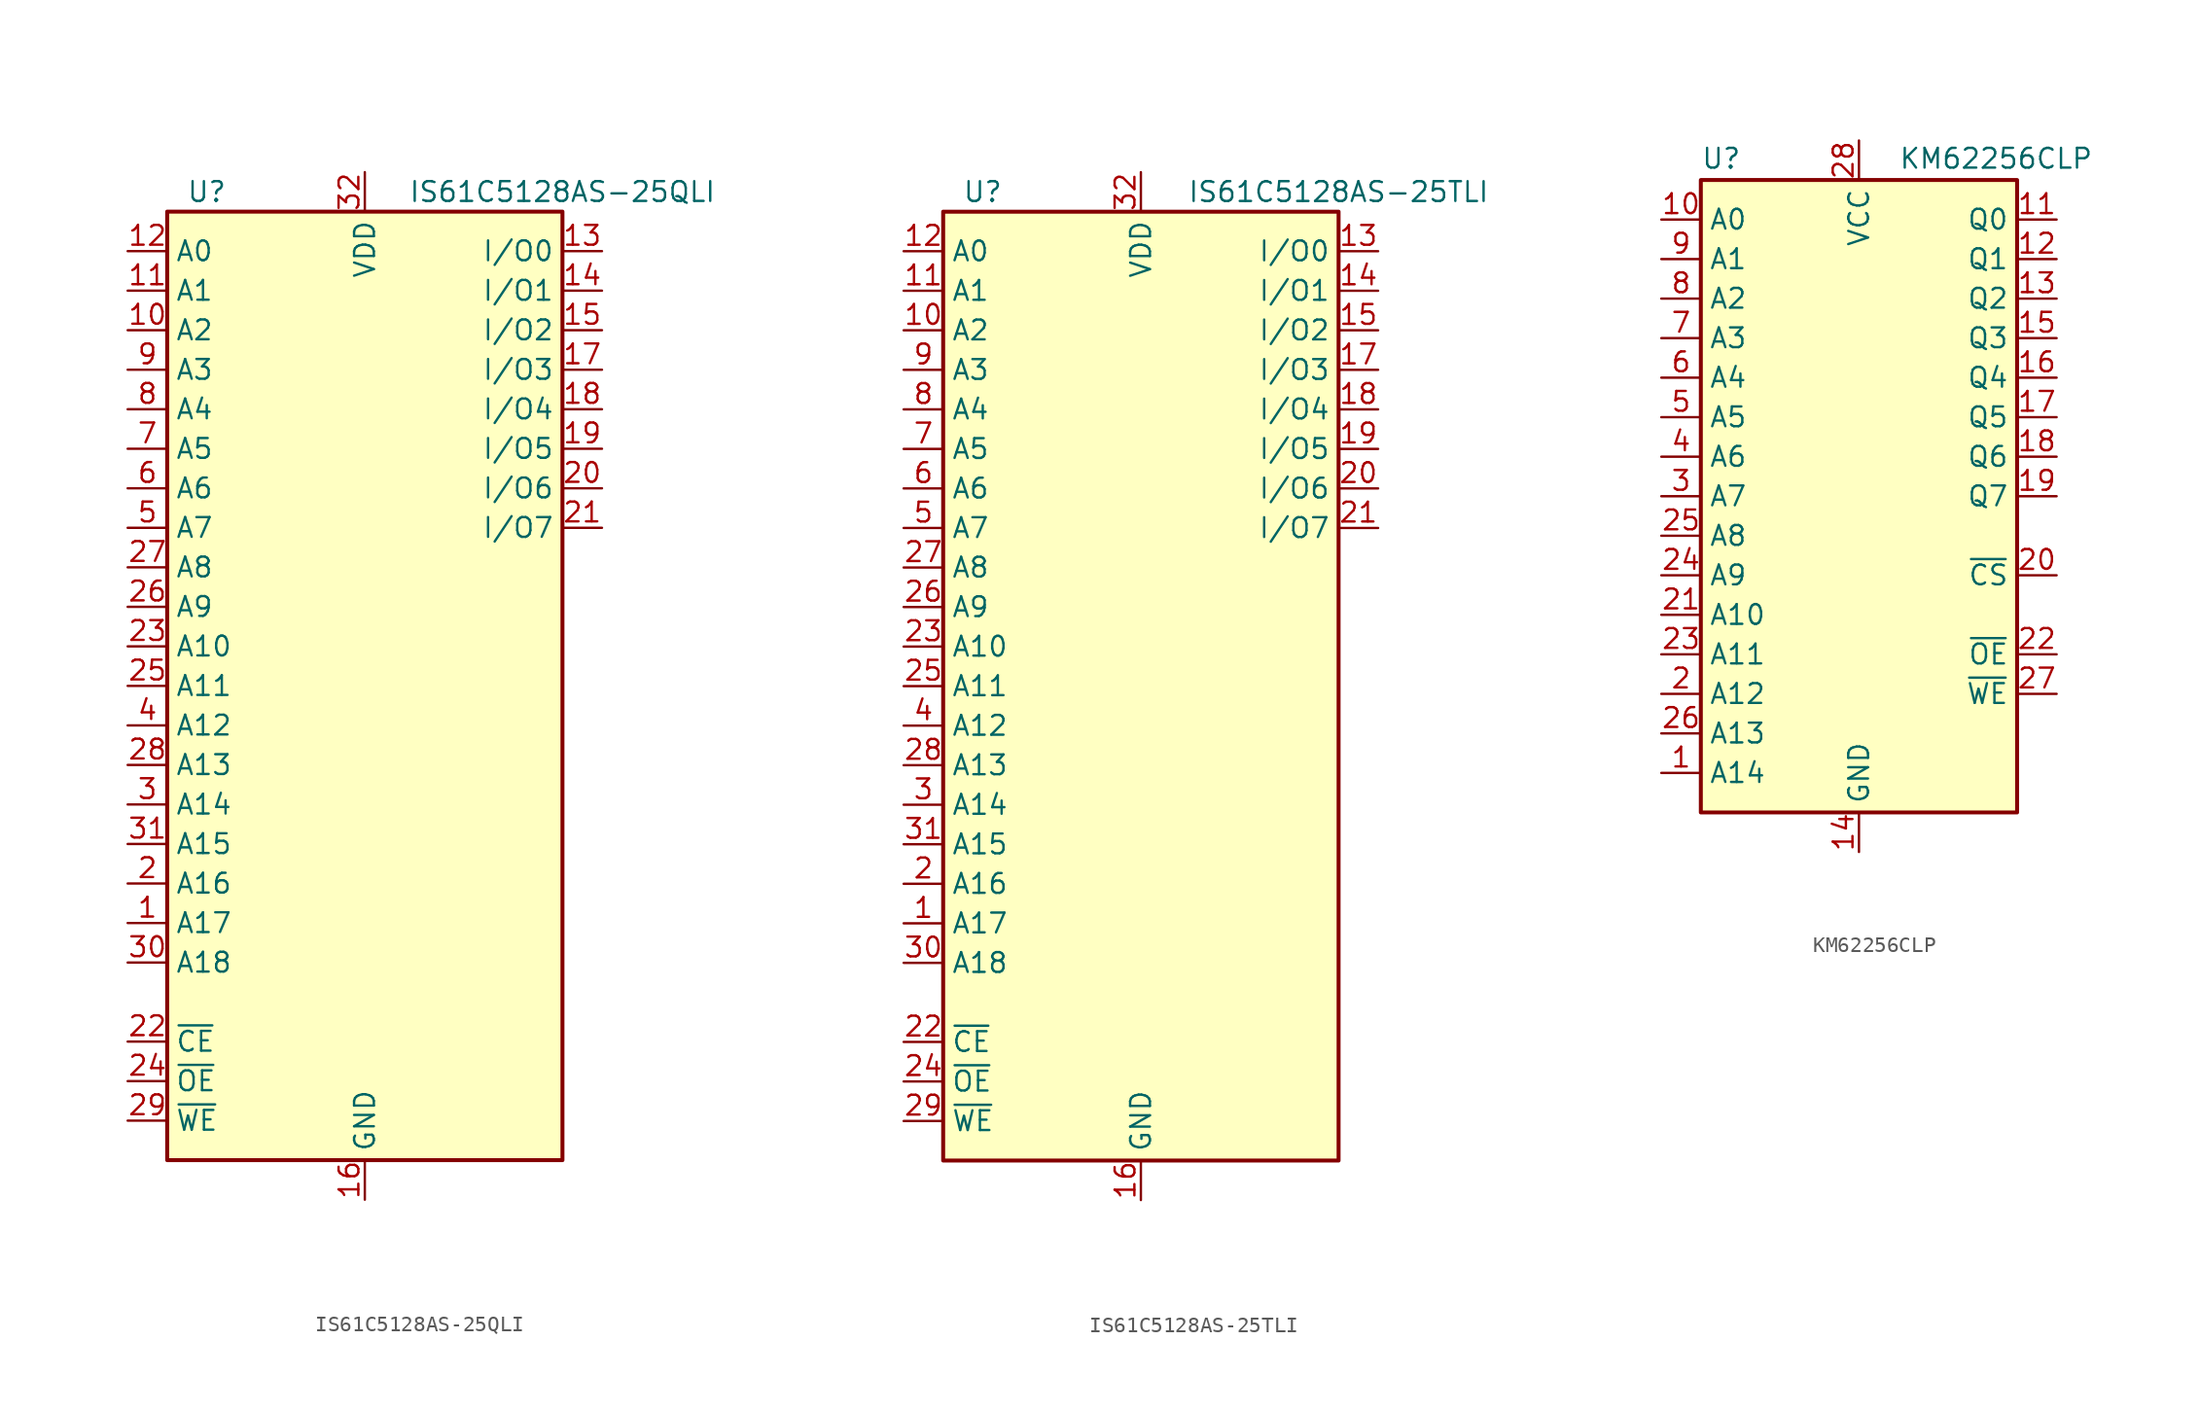
<source format=kicad_sym>
(kicad_symbol_lib
  (version 20220914)
  (generator kicad_symbol_editor)
  (symbol "IS61C5128AS-25QLI"
    (property "Reference" "U"
      (at -10.16 31.75 0)
      (effects (font (size 1.27 1.27))))
    (property "Value" "IS61C5128AS-25QLI"
      (at 12.7 31.75 0)
      (effects (font (size 1.27 1.27))))
    (symbol "IS61C5128AS-25QLI_0_1"
      (rectangle (start -12.7 30.48) (end 12.7 -30.48) (stroke (width 0.254) (type solid)) (fill (type background))))
    (symbol "IS61C5128AS-25QLI_1_1"
      (pin input line (at -15.24 -15.24 0) (length 2.54) (name "A17" (effects (font (size 1.27 1.27)))) (number "1" (effects (font (size 1.27 1.27)))))
      (pin input line (at -15.24 22.86 0) (length 2.54) (name "A2" (effects (font (size 1.27 1.27)))) (number "10" (effects (font (size 1.27 1.27)))))
      (pin input line (at -15.24 25.4 0) (length 2.54) (name "A1" (effects (font (size 1.27 1.27)))) (number "11" (effects (font (size 1.27 1.27)))))
      (pin input line (at -15.24 27.94 0) (length 2.54) (name "A0" (effects (font (size 1.27 1.27)))) (number "12" (effects (font (size 1.27 1.27)))))
      (pin bidirectional line (at 15.24 27.94 180) (length 2.54) (name "I/O0" (effects (font (size 1.27 1.27)))) (number "13" (effects (font (size 1.27 1.27)))))
      (pin bidirectional line (at 15.24 25.4 180) (length 2.54) (name "I/O1" (effects (font (size 1.27 1.27)))) (number "14" (effects (font (size 1.27 1.27)))))
      (pin bidirectional line (at 15.24 22.86 180) (length 2.54) (name "I/O2" (effects (font (size 1.27 1.27)))) (number "15" (effects (font (size 1.27 1.27)))))
      (pin power_in line (at 0 -33.02 90) (length 2.54) (name "GND" (effects (font (size 1.27 1.27)))) (number "16" (effects (font (size 1.27 1.27)))))
      (pin bidirectional line (at 15.24 20.32 180) (length 2.54) (name "I/O3" (effects (font (size 1.27 1.27)))) (number "17" (effects (font (size 1.27 1.27)))))
      (pin bidirectional line (at 15.24 17.78 180) (length 2.54) (name "I/O4" (effects (font (size 1.27 1.27)))) (number "18" (effects (font (size 1.27 1.27)))))
      (pin bidirectional line (at 15.24 15.24 180) (length 2.54) (name "I/O5" (effects (font (size 1.27 1.27)))) (number "19" (effects (font (size 1.27 1.27)))))
      (pin input line (at -15.24 -12.7 0) (length 2.54) (name "A16" (effects (font (size 1.27 1.27)))) (number "2" (effects (font (size 1.27 1.27)))))
      (pin bidirectional line (at 15.24 12.7 180) (length 2.54) (name "I/O6" (effects (font (size 1.27 1.27)))) (number "20" (effects (font (size 1.27 1.27)))))
      (pin bidirectional line (at 15.24 10.16 180) (length 2.54) (name "I/O7" (effects (font (size 1.27 1.27)))) (number "21" (effects (font (size 1.27 1.27)))))
      (pin input line (at -15.24 -22.86 0) (length 2.54) (name "~{CE}" (effects (font (size 1.27 1.27)))) (number "22" (effects (font (size 1.27 1.27)))))
      (pin input line (at -15.24 2.54 0) (length 2.54) (name "A10" (effects (font (size 1.27 1.27)))) (number "23" (effects (font (size 1.27 1.27)))))
      (pin input line (at -15.24 -25.4 0) (length 2.54) (name "~{OE}" (effects (font (size 1.27 1.27)))) (number "24" (effects (font (size 1.27 1.27)))))
      (pin input line (at -15.24 0 0) (length 2.54) (name "A11" (effects (font (size 1.27 1.27)))) (number "25" (effects (font (size 1.27 1.27)))))
      (pin input line (at -15.24 5.08 0) (length 2.54) (name "A9" (effects (font (size 1.27 1.27)))) (number "26" (effects (font (size 1.27 1.27)))))
      (pin input line (at -15.24 7.62 0) (length 2.54) (name "A8" (effects (font (size 1.27 1.27)))) (number "27" (effects (font (size 1.27 1.27)))))
      (pin input line (at -15.24 -5.08 0) (length 2.54) (name "A13" (effects (font (size 1.27 1.27)))) (number "28" (effects (font (size 1.27 1.27)))))
      (pin input line (at -15.24 -27.94 0) (length 2.54) (name "~{WE}" (effects (font (size 1.27 1.27)))) (number "29" (effects (font (size 1.27 1.27)))))
      (pin input line (at -15.24 -7.62 0) (length 2.54) (name "A14" (effects (font (size 1.27 1.27)))) (number "3" (effects (font (size 1.27 1.27)))))
      (pin input line (at -15.24 -17.78 0) (length 2.54) (name "A18" (effects (font (size 1.27 1.27)))) (number "30" (effects (font (size 1.27 1.27)))))
      (pin input line (at -15.24 -10.16 0) (length 2.54) (name "A15" (effects (font (size 1.27 1.27)))) (number "31" (effects (font (size 1.27 1.27)))))
      (pin power_in line (at 0 33.02 270) (length 2.54) (name "VDD" (effects (font (size 1.27 1.27)))) (number "32" (effects (font (size 1.27 1.27)))))
      (pin input line (at -15.24 -2.54 0) (length 2.54) (name "A12" (effects (font (size 1.27 1.27)))) (number "4" (effects (font (size 1.27 1.27)))))
      (pin input line (at -15.24 10.16 0) (length 2.54) (name "A7" (effects (font (size 1.27 1.27)))) (number "5" (effects (font (size 1.27 1.27)))))
      (pin input line (at -15.24 12.7 0) (length 2.54) (name "A6" (effects (font (size 1.27 1.27)))) (number "6" (effects (font (size 1.27 1.27)))))
      (pin input line (at -15.24 15.24 0) (length 2.54) (name "A5" (effects (font (size 1.27 1.27)))) (number "7" (effects (font (size 1.27 1.27)))))
      (pin input line (at -15.24 17.78 0) (length 2.54) (name "A4" (effects (font (size 1.27 1.27)))) (number "8" (effects (font (size 1.27 1.27)))))
      (pin input line (at -15.24 20.32 0) (length 2.54) (name "A3" (effects (font (size 1.27 1.27)))) (number "9" (effects (font (size 1.27 1.27)))))))
  (symbol "IS61C5128AS-25TLI"
    (property "Reference" "U"
      (at -10.16 31.75 0)
      (effects (font (size 1.27 1.27))))
    (property "Value" "IS61C5128AS-25TLI"
      (at 12.7 31.75 0)
      (effects (font (size 1.27 1.27))))
    (symbol "IS61C5128AS-25TLI_0_1"
      (rectangle (start -12.7 30.48) (end 12.7 -30.48) (stroke (width 0.254) (type solid)) (fill (type background))))
    (symbol "IS61C5128AS-25TLI_1_1"
      (pin input line (at -15.24 -15.24 0) (length 2.54) (name "A17" (effects (font (size 1.27 1.27)))) (number "1" (effects (font (size 1.27 1.27)))))
      (pin input line (at -15.24 22.86 0) (length 2.54) (name "A2" (effects (font (size 1.27 1.27)))) (number "10" (effects (font (size 1.27 1.27)))))
      (pin input line (at -15.24 25.4 0) (length 2.54) (name "A1" (effects (font (size 1.27 1.27)))) (number "11" (effects (font (size 1.27 1.27)))))
      (pin input line (at -15.24 27.94 0) (length 2.54) (name "A0" (effects (font (size 1.27 1.27)))) (number "12" (effects (font (size 1.27 1.27)))))
      (pin bidirectional line (at 15.24 27.94 180) (length 2.54) (name "I/O0" (effects (font (size 1.27 1.27)))) (number "13" (effects (font (size 1.27 1.27)))))
      (pin bidirectional line (at 15.24 25.4 180) (length 2.54) (name "I/O1" (effects (font (size 1.27 1.27)))) (number "14" (effects (font (size 1.27 1.27)))))
      (pin bidirectional line (at 15.24 22.86 180) (length 2.54) (name "I/O2" (effects (font (size 1.27 1.27)))) (number "15" (effects (font (size 1.27 1.27)))))
      (pin power_in line (at 0 -33.02 90) (length 2.54) (name "GND" (effects (font (size 1.27 1.27)))) (number "16" (effects (font (size 1.27 1.27)))))
      (pin bidirectional line (at 15.24 20.32 180) (length 2.54) (name "I/O3" (effects (font (size 1.27 1.27)))) (number "17" (effects (font (size 1.27 1.27)))))
      (pin bidirectional line (at 15.24 17.78 180) (length 2.54) (name "I/O4" (effects (font (size 1.27 1.27)))) (number "18" (effects (font (size 1.27 1.27)))))
      (pin bidirectional line (at 15.24 15.24 180) (length 2.54) (name "I/O5" (effects (font (size 1.27 1.27)))) (number "19" (effects (font (size 1.27 1.27)))))
      (pin input line (at -15.24 -12.7 0) (length 2.54) (name "A16" (effects (font (size 1.27 1.27)))) (number "2" (effects (font (size 1.27 1.27)))))
      (pin bidirectional line (at 15.24 12.7 180) (length 2.54) (name "I/O6" (effects (font (size 1.27 1.27)))) (number "20" (effects (font (size 1.27 1.27)))))
      (pin bidirectional line (at 15.24 10.16 180) (length 2.54) (name "I/O7" (effects (font (size 1.27 1.27)))) (number "21" (effects (font (size 1.27 1.27)))))
      (pin input line (at -15.24 -22.86 0) (length 2.54) (name "~{CE}" (effects (font (size 1.27 1.27)))) (number "22" (effects (font (size 1.27 1.27)))))
      (pin input line (at -15.24 2.54 0) (length 2.54) (name "A10" (effects (font (size 1.27 1.27)))) (number "23" (effects (font (size 1.27 1.27)))))
      (pin input line (at -15.24 -25.4 0) (length 2.54) (name "~{OE}" (effects (font (size 1.27 1.27)))) (number "24" (effects (font (size 1.27 1.27)))))
      (pin input line (at -15.24 0 0) (length 2.54) (name "A11" (effects (font (size 1.27 1.27)))) (number "25" (effects (font (size 1.27 1.27)))))
      (pin input line (at -15.24 5.08 0) (length 2.54) (name "A9" (effects (font (size 1.27 1.27)))) (number "26" (effects (font (size 1.27 1.27)))))
      (pin input line (at -15.24 7.62 0) (length 2.54) (name "A8" (effects (font (size 1.27 1.27)))) (number "27" (effects (font (size 1.27 1.27)))))
      (pin input line (at -15.24 -5.08 0) (length 2.54) (name "A13" (effects (font (size 1.27 1.27)))) (number "28" (effects (font (size 1.27 1.27)))))
      (pin input line (at -15.24 -27.94 0) (length 2.54) (name "~{WE}" (effects (font (size 1.27 1.27)))) (number "29" (effects (font (size 1.27 1.27)))))
      (pin input line (at -15.24 -7.62 0) (length 2.54) (name "A14" (effects (font (size 1.27 1.27)))) (number "3" (effects (font (size 1.27 1.27)))))
      (pin input line (at -15.24 -17.78 0) (length 2.54) (name "A18" (effects (font (size 1.27 1.27)))) (number "30" (effects (font (size 1.27 1.27)))))
      (pin input line (at -15.24 -10.16 0) (length 2.54) (name "A15" (effects (font (size 1.27 1.27)))) (number "31" (effects (font (size 1.27 1.27)))))
      (pin power_in line (at 0 33.02 270) (length 2.54) (name "VDD" (effects (font (size 1.27 1.27)))) (number "32" (effects (font (size 1.27 1.27)))))
      (pin input line (at -15.24 -2.54 0) (length 2.54) (name "A12" (effects (font (size 1.27 1.27)))) (number "4" (effects (font (size 1.27 1.27)))))
      (pin input line (at -15.24 10.16 0) (length 2.54) (name "A7" (effects (font (size 1.27 1.27)))) (number "5" (effects (font (size 1.27 1.27)))))
      (pin input line (at -15.24 12.7 0) (length 2.54) (name "A6" (effects (font (size 1.27 1.27)))) (number "6" (effects (font (size 1.27 1.27)))))
      (pin input line (at -15.24 15.24 0) (length 2.54) (name "A5" (effects (font (size 1.27 1.27)))) (number "7" (effects (font (size 1.27 1.27)))))
      (pin input line (at -15.24 17.78 0) (length 2.54) (name "A4" (effects (font (size 1.27 1.27)))) (number "8" (effects (font (size 1.27 1.27)))))
      (pin input line (at -15.24 20.32 0) (length 2.54) (name "A3" (effects (font (size 1.27 1.27)))) (number "9" (effects (font (size 1.27 1.27)))))))
  (symbol "KM62256CLP"
    (property "Reference" "U"
      (at -10.16 20.955 0)
      (effects (font (size 1.27 1.27)) (justify left bottom)))
    (property "Value" "KM62256CLP"
      (at 2.54 20.955 0)
      (effects (font (size 1.27 1.27)) (justify left bottom)))
    (symbol "KM62256CLP_0_0"
      (pin power_in line (at 0 -22.86 90) (length 2.54) (name "GND" (effects (font (size 1.27 1.27)))) (number "14" (effects (font (size 1.27 1.27)))))
      (pin power_in line (at 0 22.86 270) (length 2.54) (name "VCC" (effects (font (size 1.27 1.27)))) (number "28" (effects (font (size 1.27 1.27))))))
    (symbol "KM62256CLP_0_1"
      (rectangle (start -10.16 20.32) (end 10.16 -20.32) (stroke (width 0.254) (type solid)) (fill (type background))))
    (symbol "KM62256CLP_1_1"
      (pin input line (at -12.7 -17.78 0) (length 2.54) (name "A14" (effects (font (size 1.27 1.27)))) (number "1" (effects (font (size 1.27 1.27)))))
      (pin input line (at -12.7 17.78 0) (length 2.54) (name "A0" (effects (font (size 1.27 1.27)))) (number "10" (effects (font (size 1.27 1.27)))))
      (pin tri_state line (at 12.7 17.78 180) (length 2.54) (name "Q0" (effects (font (size 1.27 1.27)))) (number "11" (effects (font (size 1.27 1.27)))))
      (pin tri_state line (at 12.7 15.24 180) (length 2.54) (name "Q1" (effects (font (size 1.27 1.27)))) (number "12" (effects (font (size 1.27 1.27)))))
      (pin tri_state line (at 12.7 12.7 180) (length 2.54) (name "Q2" (effects (font (size 1.27 1.27)))) (number "13" (effects (font (size 1.27 1.27)))))
      (pin tri_state line (at 12.7 10.16 180) (length 2.54) (name "Q3" (effects (font (size 1.27 1.27)))) (number "15" (effects (font (size 1.27 1.27)))))
      (pin tri_state line (at 12.7 7.62 180) (length 2.54) (name "Q4" (effects (font (size 1.27 1.27)))) (number "16" (effects (font (size 1.27 1.27)))))
      (pin tri_state line (at 12.7 5.08 180) (length 2.54) (name "Q5" (effects (font (size 1.27 1.27)))) (number "17" (effects (font (size 1.27 1.27)))))
      (pin tri_state line (at 12.7 2.54 180) (length 2.54) (name "Q6" (effects (font (size 1.27 1.27)))) (number "18" (effects (font (size 1.27 1.27)))))
      (pin tri_state line (at 12.7 0 180) (length 2.54) (name "Q7" (effects (font (size 1.27 1.27)))) (number "19" (effects (font (size 1.27 1.27)))))
      (pin input line (at -12.7 -12.7 0) (length 2.54) (name "A12" (effects (font (size 1.27 1.27)))) (number "2" (effects (font (size 1.27 1.27)))))
      (pin input line (at 12.7 -5.08 180) (length 2.54) (name "~{CS}" (effects (font (size 1.27 1.27)))) (number "20" (effects (font (size 1.27 1.27)))))
      (pin input line (at -12.7 -7.62 0) (length 2.54) (name "A10" (effects (font (size 1.27 1.27)))) (number "21" (effects (font (size 1.27 1.27)))))
      (pin input line (at 12.7 -10.16 180) (length 2.54) (name "~{OE}" (effects (font (size 1.27 1.27)))) (number "22" (effects (font (size 1.27 1.27)))))
      (pin input line (at -12.7 -10.16 0) (length 2.54) (name "A11" (effects (font (size 1.27 1.27)))) (number "23" (effects (font (size 1.27 1.27)))))
      (pin input line (at -12.7 -5.08 0) (length 2.54) (name "A9" (effects (font (size 1.27 1.27)))) (number "24" (effects (font (size 1.27 1.27)))))
      (pin input line (at -12.7 -2.54 0) (length 2.54) (name "A8" (effects (font (size 1.27 1.27)))) (number "25" (effects (font (size 1.27 1.27)))))
      (pin input line (at -12.7 -15.24 0) (length 2.54) (name "A13" (effects (font (size 1.27 1.27)))) (number "26" (effects (font (size 1.27 1.27)))))
      (pin input line (at 12.7 -12.7 180) (length 2.54) (name "~{WE}" (effects (font (size 1.27 1.27)))) (number "27" (effects (font (size 1.27 1.27)))))
      (pin input line (at -12.7 0 0) (length 2.54) (name "A7" (effects (font (size 1.27 1.27)))) (number "3" (effects (font (size 1.27 1.27)))))
      (pin input line (at -12.7 2.54 0) (length 2.54) (name "A6" (effects (font (size 1.27 1.27)))) (number "4" (effects (font (size 1.27 1.27)))))
      (pin input line (at -12.7 5.08 0) (length 2.54) (name "A5" (effects (font (size 1.27 1.27)))) (number "5" (effects (font (size 1.27 1.27)))))
      (pin input line (at -12.7 7.62 0) (length 2.54) (name "A4" (effects (font (size 1.27 1.27)))) (number "6" (effects (font (size 1.27 1.27)))))
      (pin input line (at -12.7 10.16 0) (length 2.54) (name "A3" (effects (font (size 1.27 1.27)))) (number "7" (effects (font (size 1.27 1.27)))))
      (pin input line (at -12.7 12.7 0) (length 2.54) (name "A2" (effects (font (size 1.27 1.27)))) (number "8" (effects (font (size 1.27 1.27)))))
      (pin input line (at -12.7 15.24 0) (length 2.54) (name "A1" (effects (font (size 1.27 1.27)))) (number "9" (effects (font (size 1.27 1.27))))))))
</source>
